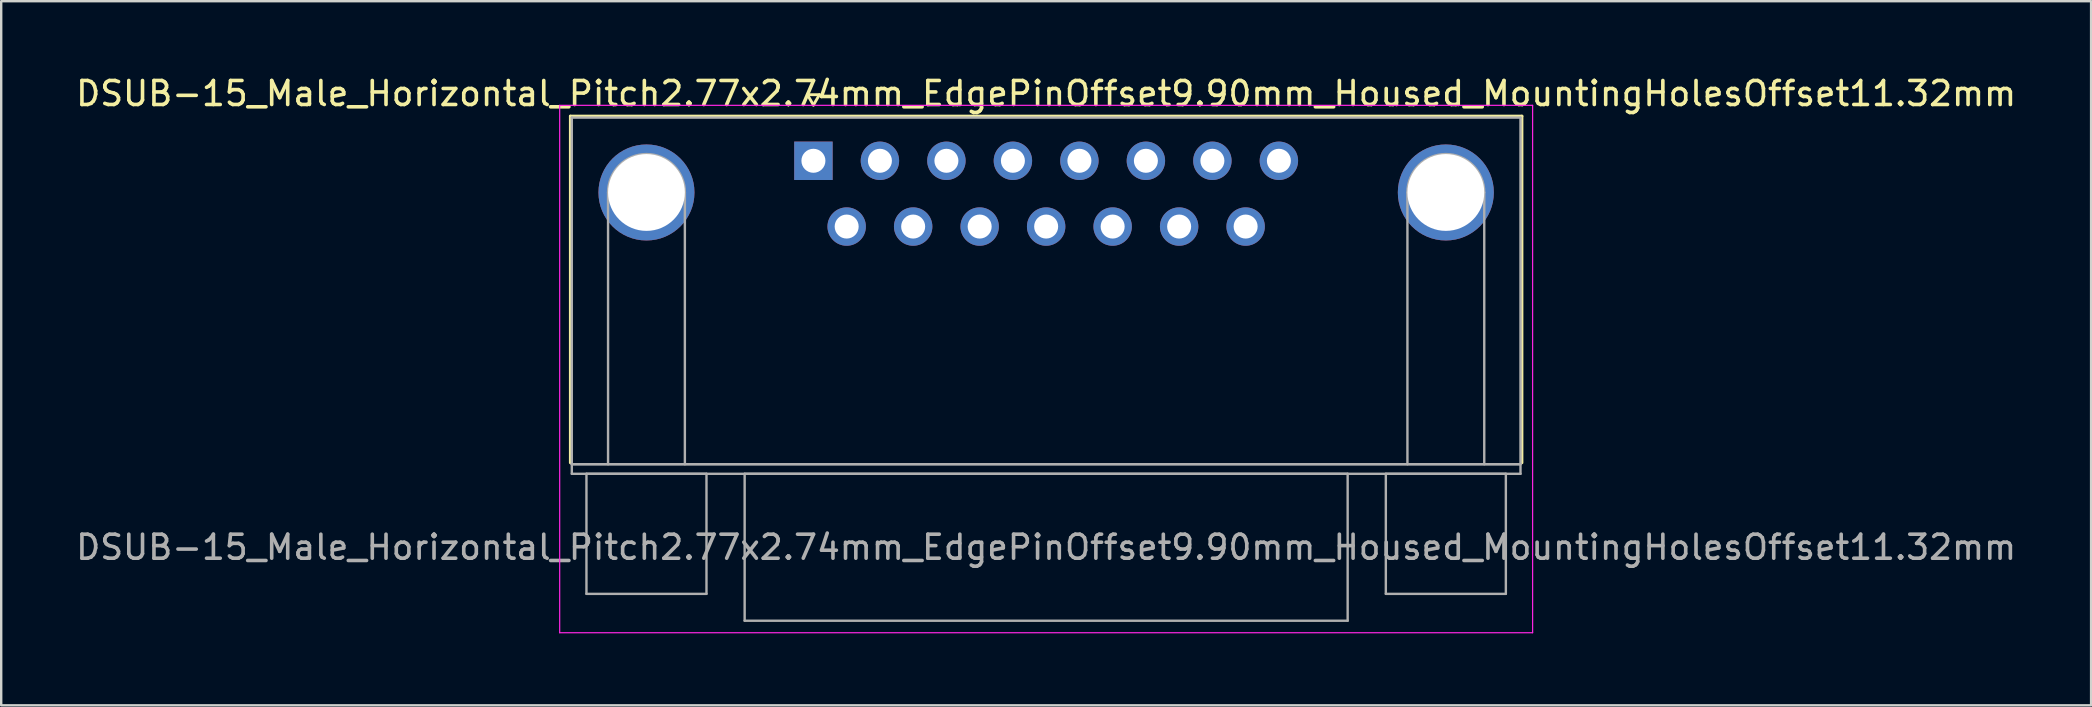
<source format=kicad_pcb>
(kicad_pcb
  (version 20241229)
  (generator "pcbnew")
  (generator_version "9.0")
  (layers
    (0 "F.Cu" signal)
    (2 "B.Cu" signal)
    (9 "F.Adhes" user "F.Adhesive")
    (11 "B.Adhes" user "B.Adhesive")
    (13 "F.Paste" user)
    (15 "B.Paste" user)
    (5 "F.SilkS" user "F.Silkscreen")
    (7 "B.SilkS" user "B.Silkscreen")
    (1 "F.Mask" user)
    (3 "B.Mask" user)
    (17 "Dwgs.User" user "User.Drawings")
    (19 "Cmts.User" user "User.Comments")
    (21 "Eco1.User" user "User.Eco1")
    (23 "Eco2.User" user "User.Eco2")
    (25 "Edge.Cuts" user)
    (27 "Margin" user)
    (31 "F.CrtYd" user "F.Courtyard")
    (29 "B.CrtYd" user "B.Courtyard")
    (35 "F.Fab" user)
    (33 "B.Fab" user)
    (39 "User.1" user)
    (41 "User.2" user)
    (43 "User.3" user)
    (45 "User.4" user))
  (footprint "DSUB-15_Male_Horizontal_Pitch2.77x2.74mm_EdgePinOffset9.90mm_Housed_MountingHolesOffset11.32mm"
    (layer "F.Cu")
    (at 30.835 3.648)
    (property "Reference" "DSUB-15_Male_Horizontal_Pitch2.77x2.74mm_EdgePinOffset9.90mm_Housed_MountingHolesOffset11.32mm" (at 9.695 -2.8 0) (layer "F.SilkS") (effects (font (size 1 1) (thickness 0.15))))
    (attr through_hole)
    (fp_line (start -10.125 -1.86) (end 29.515 -1.86) (stroke (width 0.12) (type solid)) (layer "F.SilkS"))
    (fp_line (start -10.125 12.58) (end -10.125 -1.86) (stroke (width 0.12) (type solid)) (layer "F.SilkS"))
    (fp_line (start -0.25 -2.754) (end 0.25 -2.754) (stroke (width 0.12) (type solid)) (layer "F.SilkS"))
    (fp_line (start 0 -2.321) (end -0.25 -2.754) (stroke (width 0.12) (type solid)) (layer "F.SilkS"))
    (fp_line (start 0.25 -2.754) (end 0 -2.321) (stroke (width 0.12) (type solid)) (layer "F.SilkS"))
    (fp_line (start 29.515 -1.86) (end 29.515 12.58) (stroke (width 0.12) (type solid)) (layer "F.SilkS"))
    (fp_line (start -10.57 -2.31) (end -10.57 19.66) (stroke (width 0.05) (type solid)) (layer "F.CrtYd"))
    (fp_line (start -10.57 19.66) (end 29.96 19.66) (stroke (width 0.05) (type solid)) (layer "F.CrtYd"))
    (fp_line (start 29.96 -2.31) (end -10.57 -2.31) (stroke (width 0.05) (type solid)) (layer "F.CrtYd"))
    (fp_line (start 29.96 19.66) (end 29.96 -2.31) (stroke (width 0.05) (type solid)) (layer "F.CrtYd"))
    (fp_line (start -10.065 -1.8) (end -10.065 12.64) (stroke (width 0.1) (type solid)) (layer "F.Fab"))
    (fp_line (start -10.065 12.64) (end -10.065 13.04) (stroke (width 0.1) (type solid)) (layer "F.Fab"))
    (fp_line (start -10.065 12.64) (end 29.455 12.64) (stroke (width 0.1) (type solid)) (layer "F.Fab"))
    (fp_line (start -10.065 13.04) (end 29.455 13.04) (stroke (width 0.1) (type solid)) (layer "F.Fab"))
    (fp_line (start -9.455 13.04) (end -9.455 18.04) (stroke (width 0.1) (type solid)) (layer "F.Fab"))
    (fp_line (start -9.455 18.04) (end -4.455 18.04) (stroke (width 0.1) (type solid)) (layer "F.Fab"))
    (fp_line (start -8.555 12.64) (end -8.555 1.32) (stroke (width 0.1) (type solid)) (layer "F.Fab"))
    (fp_line (start -5.355 12.64) (end -5.355 1.32) (stroke (width 0.1) (type solid)) (layer "F.Fab"))
    (fp_line (start -4.455 13.04) (end -9.455 13.04) (stroke (width 0.1) (type solid)) (layer "F.Fab"))
    (fp_line (start -4.455 18.04) (end -4.455 13.04) (stroke (width 0.1) (type solid)) (layer "F.Fab"))
    (fp_line (start -2.865 13.04) (end -2.865 19.16) (stroke (width 0.1) (type solid)) (layer "F.Fab"))
    (fp_line (start -2.865 19.16) (end 22.255 19.16) (stroke (width 0.1) (type solid)) (layer "F.Fab"))
    (fp_line (start 22.255 13.04) (end -2.865 13.04) (stroke (width 0.1) (type solid)) (layer "F.Fab"))
    (fp_line (start 22.255 19.16) (end 22.255 13.04) (stroke (width 0.1) (type solid)) (layer "F.Fab"))
    (fp_line (start 23.845 13.04) (end 23.845 18.04) (stroke (width 0.1) (type solid)) (layer "F.Fab"))
    (fp_line (start 23.845 18.04) (end 28.845 18.04) (stroke (width 0.1) (type solid)) (layer "F.Fab"))
    (fp_line (start 24.745 12.64) (end 24.745 1.32) (stroke (width 0.1) (type solid)) (layer "F.Fab"))
    (fp_line (start 27.945 12.64) (end 27.945 1.32) (stroke (width 0.1) (type solid)) (layer "F.Fab"))
    (fp_line (start 28.845 13.04) (end 23.845 13.04) (stroke (width 0.1) (type solid)) (layer "F.Fab"))
    (fp_line (start 28.845 18.04) (end 28.845 13.04) (stroke (width 0.1) (type solid)) (layer "F.Fab"))
    (fp_line (start 29.455 -1.8) (end -10.065 -1.8) (stroke (width 0.1) (type solid)) (layer "F.Fab"))
    (fp_line (start 29.455 12.64) (end -10.065 12.64) (stroke (width 0.1) (type solid)) (layer "F.Fab"))
    (fp_line (start 29.455 12.64) (end 29.455 -1.8) (stroke (width 0.1) (type solid)) (layer "F.Fab"))
    (fp_line (start 29.455 13.04) (end 29.455 12.64) (stroke (width 0.1) (type solid)) (layer "F.Fab"))
    (fp_arc (start -8.555 1.32) (mid -6.955 -0.28) (end -5.355 1.32) (stroke (width 0.1) (type solid)) (layer "F.Fab"))
    (fp_arc (start 24.745 1.32) (mid 26.345 -0.28) (end 27.945 1.32) (stroke (width 0.1) (type solid)) (layer "F.Fab"))
    (fp_text user "${REFERENCE}" (at 9.695 16.1 0) (layer "F.Fab") (effects (font (size 1 1) (thickness 0.15))))
    (pad "0" thru_hole circle (at -6.955 1.32) (size 4 4) (drill 3.2) (layers "*.Cu" "*.Mask"))
    (pad "0" thru_hole circle (at 26.345 1.32) (size 4 4) (drill 3.2) (layers "*.Cu" "*.Mask"))
    (pad "1" thru_hole rect (at 0 0) (size 1.6 1.6) (drill 1) (layers "*.Cu" "*.Mask"))
    (pad "2" thru_hole circle (at 2.77 0) (size 1.6 1.6) (drill 1) (layers "*.Cu" "*.Mask"))
    (pad "3" thru_hole circle (at 5.54 0) (size 1.6 1.6) (drill 1) (layers "*.Cu" "*.Mask"))
    (pad "4" thru_hole circle (at 8.31 0) (size 1.6 1.6) (drill 1) (layers "*.Cu" "*.Mask"))
    (pad "5" thru_hole circle (at 11.08 0) (size 1.6 1.6) (drill 1) (layers "*.Cu" "*.Mask"))
    (pad "6" thru_hole circle (at 13.85 0) (size 1.6 1.6) (drill 1) (layers "*.Cu" "*.Mask"))
    (pad "7" thru_hole circle (at 16.62 0) (size 1.6 1.6) (drill 1) (layers "*.Cu" "*.Mask"))
    (pad "8" thru_hole circle (at 19.39 0) (size 1.6 1.6) (drill 1) (layers "*.Cu" "*.Mask"))
    (pad "9" thru_hole circle (at 1.385 2.74) (size 1.6 1.6) (drill 1) (layers "*.Cu" "*.Mask"))
    (pad "10" thru_hole circle (at 4.155 2.74) (size 1.6 1.6) (drill 1) (layers "*.Cu" "*.Mask"))
    (pad "11" thru_hole circle (at 6.925 2.74) (size 1.6 1.6) (drill 1) (layers "*.Cu" "*.Mask"))
    (pad "12" thru_hole circle (at 9.695 2.74) (size 1.6 1.6) (drill 1) (layers "*.Cu" "*.Mask"))
    (pad "13" thru_hole circle (at 12.465 2.74) (size 1.6 1.6) (drill 1) (layers "*.Cu" "*.Mask"))
    (pad "14" thru_hole circle (at 15.235 2.74) (size 1.6 1.6) (drill 1) (layers "*.Cu" "*.Mask"))
    (pad "15" thru_hole circle (at 18.005 2.74) (size 1.6 1.6) (drill 1) (layers "*.Cu" "*.Mask")))
  (gr_rect
    (start -3 -3)
    (end 84.06 26.333)
    (stroke (width 0.1) (type default))
    (fill no)
    (layer "Edge.Cuts")))
</source>
